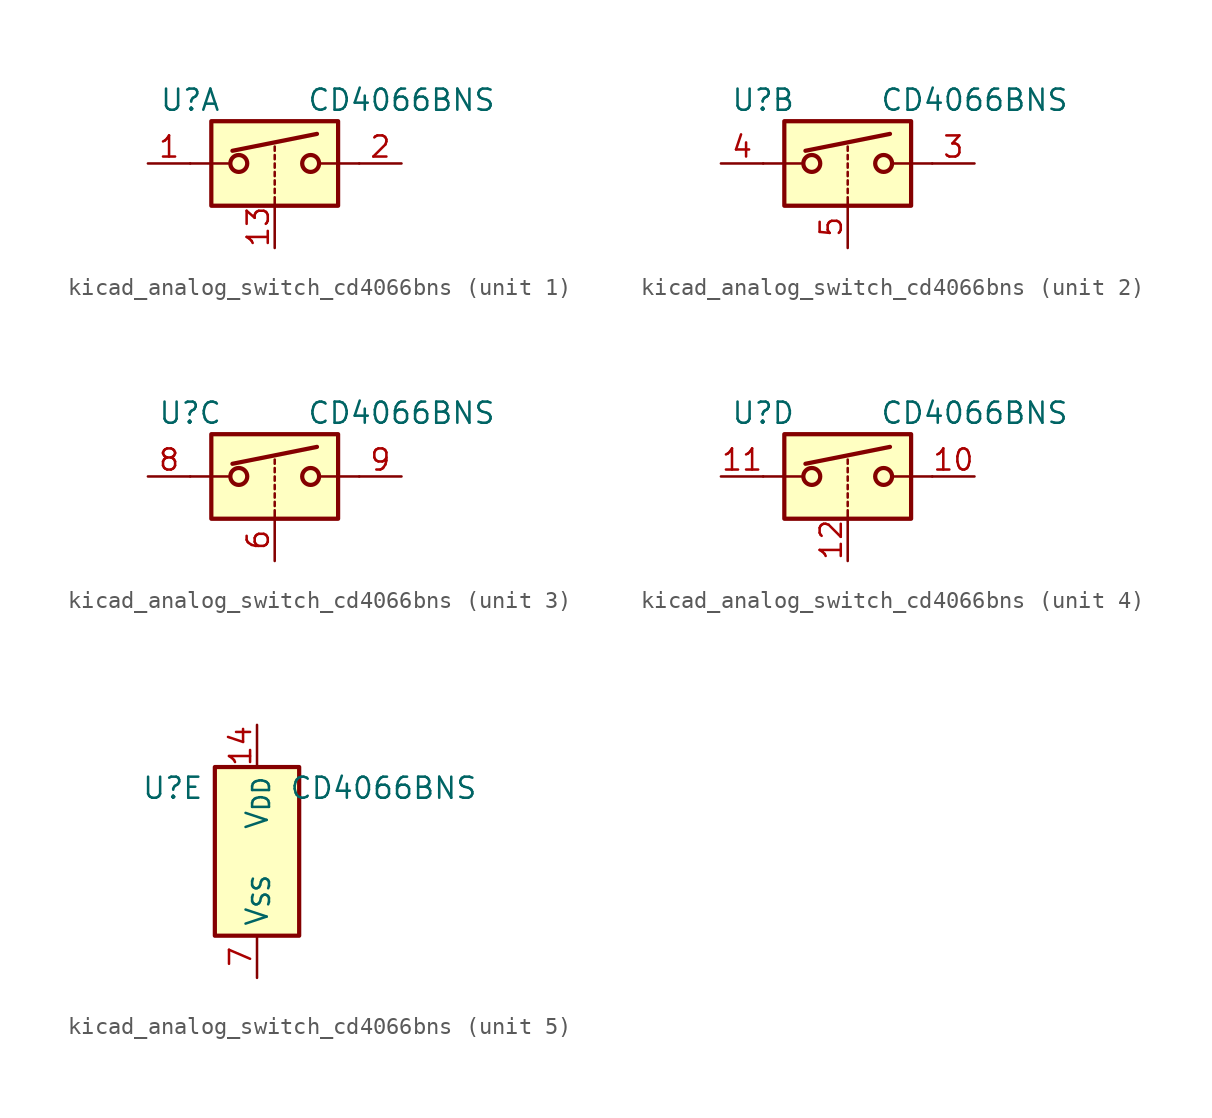
<source format=kicad_sym>
(kicad_symbol_lib
  (version 20220914)
  (generator kicad_symbol_editor)
  (symbol "kicad_analog_switch_cd4066bns"
    (property "Reference" "U"
      (at -5.08 3.81 0)
      (effects (font (size 1.27 1.27))))
    (property "Value" "CD4066BNS"
      (at 7.62 3.81 0)
      (effects (font (size 1.27 1.27))))
    (property "ki_locked" ""
      (at 0 0 0)
      (effects (font (size 1.27 1.27))))
    (symbol "kicad_analog_switch_cd4066bns_1_1"
      (rectangle (start -3.81 2.54) (end 3.81 -2.54) (stroke (width 0.254) (type default)) (fill (type background)))
      (circle (center -2.159 0) (radius 0.508) (stroke (width 0.254) (type default)) (fill (type none)))
      (polyline (pts (xy -5.08 0) (xy -2.794 0)) (stroke (width 0) (type default)) (fill (type none)))
      (polyline (pts (xy -2.54 0.762) (xy 2.54 1.778)) (stroke (width 0.254) (type default)) (fill (type none)))
      (polyline (pts (xy 0 -2.54) (xy 0 -2.032)) (stroke (width 0) (type default)) (fill (type none)))
      (polyline (pts (xy 0 -1.778) (xy 0 -1.524)) (stroke (width 0) (type default)) (fill (type none)))
      (polyline (pts (xy 0 -1.27) (xy 0 -1.016)) (stroke (width 0) (type default)) (fill (type none)))
      (polyline (pts (xy 0 -0.762) (xy 0 -0.508)) (stroke (width 0) (type default)) (fill (type none)))
      (polyline (pts (xy 0 -0.254) (xy 0 0)) (stroke (width 0) (type default)) (fill (type none)))
      (polyline (pts (xy 0 0.254) (xy 0 0.508)) (stroke (width 0) (type default)) (fill (type none)))
      (polyline (pts (xy 0 0.762) (xy 0 1.016)) (stroke (width 0) (type default)) (fill (type none)))
      (polyline (pts (xy 5.08 0) (xy 2.794 0)) (stroke (width 0) (type default)) (fill (type none)))
      (circle (center 2.159 0) (radius 0.508) (stroke (width 0.254) (type default)) (fill (type none)))
      (pin bidirectional line (at -7.62 0 0) (length 2.54) (name "~" (effects (font (size 1.27 1.27)))) (number "1" (effects (font (size 1.27 1.27)))))
      (pin input line (at 0 -5.08 90) (length 2.54) (name "~" (effects (font (size 1.27 1.27)))) (number "13" (effects (font (size 1.27 1.27)))))
      (pin bidirectional line (at 7.62 0 180) (length 2.54) (name "~" (effects (font (size 1.27 1.27)))) (number "2" (effects (font (size 1.27 1.27))))))
    (symbol "kicad_analog_switch_cd4066bns_2_1"
      (rectangle (start -3.81 2.54) (end 3.81 -2.54) (stroke (width 0.254) (type default)) (fill (type background)))
      (circle (center -2.159 0) (radius 0.508) (stroke (width 0.254) (type default)) (fill (type none)))
      (polyline (pts (xy -5.08 0) (xy -2.794 0)) (stroke (width 0) (type default)) (fill (type none)))
      (polyline (pts (xy -2.54 0.762) (xy 2.54 1.778)) (stroke (width 0.254) (type default)) (fill (type none)))
      (polyline (pts (xy 0 -2.54) (xy 0 -2.032)) (stroke (width 0) (type default)) (fill (type none)))
      (polyline (pts (xy 0 -1.778) (xy 0 -1.524)) (stroke (width 0) (type default)) (fill (type none)))
      (polyline (pts (xy 0 -1.27) (xy 0 -1.016)) (stroke (width 0) (type default)) (fill (type none)))
      (polyline (pts (xy 0 -0.762) (xy 0 -0.508)) (stroke (width 0) (type default)) (fill (type none)))
      (polyline (pts (xy 0 -0.254) (xy 0 0)) (stroke (width 0) (type default)) (fill (type none)))
      (polyline (pts (xy 0 0.254) (xy 0 0.508)) (stroke (width 0) (type default)) (fill (type none)))
      (polyline (pts (xy 0 0.762) (xy 0 1.016)) (stroke (width 0) (type default)) (fill (type none)))
      (polyline (pts (xy 5.08 0) (xy 2.794 0)) (stroke (width 0) (type default)) (fill (type none)))
      (circle (center 2.159 0) (radius 0.508) (stroke (width 0.254) (type default)) (fill (type none)))
      (pin bidirectional line (at 7.62 0 180) (length 2.54) (name "~" (effects (font (size 1.27 1.27)))) (number "3" (effects (font (size 1.27 1.27)))))
      (pin bidirectional line (at -7.62 0 0) (length 2.54) (name "~" (effects (font (size 1.27 1.27)))) (number "4" (effects (font (size 1.27 1.27)))))
      (pin input line (at 0 -5.08 90) (length 2.54) (name "~" (effects (font (size 1.27 1.27)))) (number "5" (effects (font (size 1.27 1.27))))))
    (symbol "kicad_analog_switch_cd4066bns_3_1"
      (rectangle (start -3.81 2.54) (end 3.81 -2.54) (stroke (width 0.254) (type default)) (fill (type background)))
      (circle (center -2.159 0) (radius 0.508) (stroke (width 0.254) (type default)) (fill (type none)))
      (polyline (pts (xy -5.08 0) (xy -2.794 0)) (stroke (width 0) (type default)) (fill (type none)))
      (polyline (pts (xy -2.54 0.762) (xy 2.54 1.778)) (stroke (width 0.254) (type default)) (fill (type none)))
      (polyline (pts (xy 0 -2.54) (xy 0 -2.032)) (stroke (width 0) (type default)) (fill (type none)))
      (polyline (pts (xy 0 -1.778) (xy 0 -1.524)) (stroke (width 0) (type default)) (fill (type none)))
      (polyline (pts (xy 0 -1.27) (xy 0 -1.016)) (stroke (width 0) (type default)) (fill (type none)))
      (polyline (pts (xy 0 -0.762) (xy 0 -0.508)) (stroke (width 0) (type default)) (fill (type none)))
      (polyline (pts (xy 0 -0.254) (xy 0 0)) (stroke (width 0) (type default)) (fill (type none)))
      (polyline (pts (xy 0 0.254) (xy 0 0.508)) (stroke (width 0) (type default)) (fill (type none)))
      (polyline (pts (xy 0 0.762) (xy 0 1.016)) (stroke (width 0) (type default)) (fill (type none)))
      (polyline (pts (xy 5.08 0) (xy 2.794 0)) (stroke (width 0) (type default)) (fill (type none)))
      (circle (center 2.159 0) (radius 0.508) (stroke (width 0.254) (type default)) (fill (type none)))
      (pin input line (at 0 -5.08 90) (length 2.54) (name "~" (effects (font (size 1.27 1.27)))) (number "6" (effects (font (size 1.27 1.27)))))
      (pin bidirectional line (at -7.62 0 0) (length 2.54) (name "~" (effects (font (size 1.27 1.27)))) (number "8" (effects (font (size 1.27 1.27)))))
      (pin bidirectional line (at 7.62 0 180) (length 2.54) (name "~" (effects (font (size 1.27 1.27)))) (number "9" (effects (font (size 1.27 1.27))))))
    (symbol "kicad_analog_switch_cd4066bns_4_1"
      (rectangle (start -3.81 2.54) (end 3.81 -2.54) (stroke (width 0.254) (type default)) (fill (type background)))
      (circle (center -2.159 0) (radius 0.508) (stroke (width 0.254) (type default)) (fill (type none)))
      (polyline (pts (xy -5.08 0) (xy -2.794 0)) (stroke (width 0) (type default)) (fill (type none)))
      (polyline (pts (xy -2.54 0.762) (xy 2.54 1.778)) (stroke (width 0.254) (type default)) (fill (type none)))
      (polyline (pts (xy 0 -2.54) (xy 0 -2.032)) (stroke (width 0) (type default)) (fill (type none)))
      (polyline (pts (xy 0 -1.778) (xy 0 -1.524)) (stroke (width 0) (type default)) (fill (type none)))
      (polyline (pts (xy 0 -1.27) (xy 0 -1.016)) (stroke (width 0) (type default)) (fill (type none)))
      (polyline (pts (xy 0 -0.762) (xy 0 -0.508)) (stroke (width 0) (type default)) (fill (type none)))
      (polyline (pts (xy 0 -0.254) (xy 0 0)) (stroke (width 0) (type default)) (fill (type none)))
      (polyline (pts (xy 0 0.254) (xy 0 0.508)) (stroke (width 0) (type default)) (fill (type none)))
      (polyline (pts (xy 0 0.762) (xy 0 1.016)) (stroke (width 0) (type default)) (fill (type none)))
      (polyline (pts (xy 5.08 0) (xy 2.794 0)) (stroke (width 0) (type default)) (fill (type none)))
      (circle (center 2.159 0) (radius 0.508) (stroke (width 0.254) (type default)) (fill (type none)))
      (pin bidirectional line (at 7.62 0 180) (length 2.54) (name "~" (effects (font (size 1.27 1.27)))) (number "10" (effects (font (size 1.27 1.27)))))
      (pin bidirectional line (at -7.62 0 0) (length 2.54) (name "~" (effects (font (size 1.27 1.27)))) (number "11" (effects (font (size 1.27 1.27)))))
      (pin input line (at 0 -5.08 90) (length 2.54) (name "~" (effects (font (size 1.27 1.27)))) (number "12" (effects (font (size 1.27 1.27))))))
    (symbol "kicad_analog_switch_cd4066bns_5_1"
      (rectangle (start -2.54 5.08) (end 2.54 -5.08) (stroke (width 0.254) (type default)) (fill (type background)))
      (pin power_in line (at 0 7.62 270) (length 2.54) (name "V_{DD}" (effects (font (size 1.27 1.27)))) (number "14" (effects (font (size 1.27 1.27)))))
      (pin power_in line (at 0 -7.62 90) (length 2.54) (name "V_{SS}" (effects (font (size 1.27 1.27)))) (number "7" (effects (font (size 1.27 1.27))))))))
</source>
